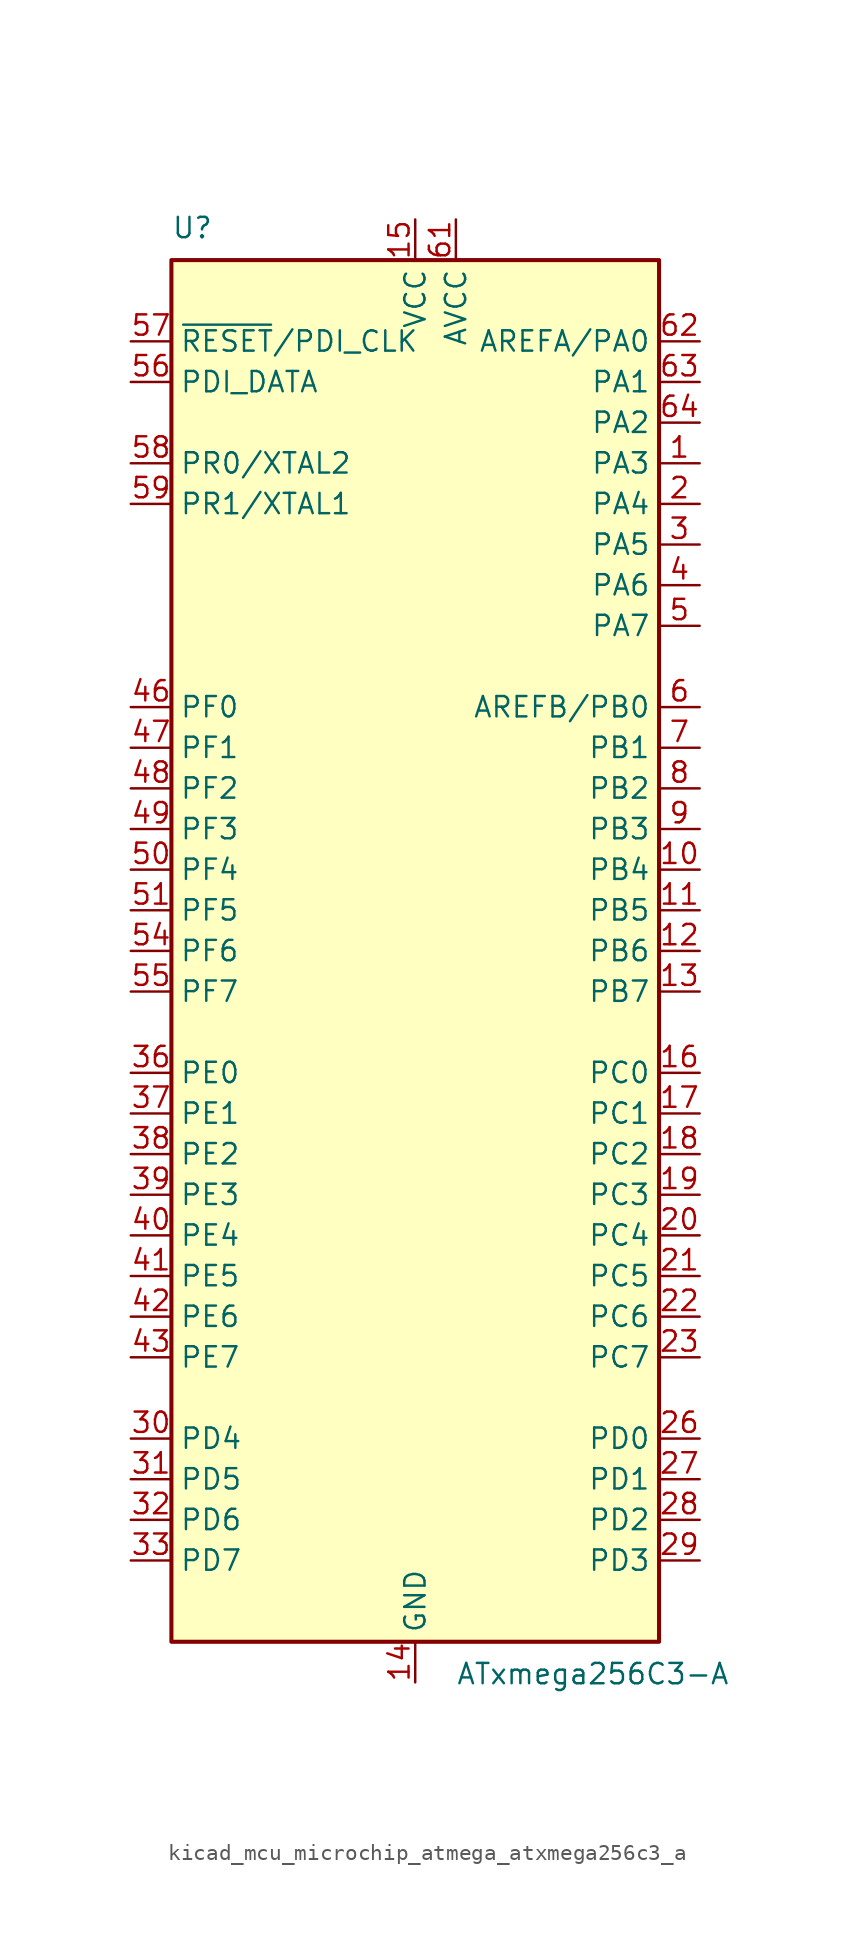
<source format=kicad_sym>
(kicad_symbol_lib
  (version 20220914)
  (generator kicad_symbol_editor)
  (symbol "kicad_mcu_microchip_atmega_atxmega256c3_a"
    (property "Reference" "U"
      (at -15.24 44.45 0)
      (effects (font (size 1.27 1.27)) (justify left bottom)))
    (property "Value" "ATxmega256C3-A"
      (at 2.54 -44.45 0)
      (effects (font (size 1.27 1.27)) (justify left top)))
    (symbol "kicad_mcu_microchip_atmega_atxmega256c3_a_0_1"
      (rectangle (start -15.24 -43.18) (end 15.24 43.18) (stroke (width 0.254) (type default)) (fill (type background))))
    (symbol "kicad_mcu_microchip_atmega_atxmega256c3_a_1_1"
      (pin bidirectional line (at 17.78 30.48 180) (length 2.54) (name "PA3" (effects (font (size 1.27 1.27)))) (number "1" (effects (font (size 1.27 1.27)))))
      (pin bidirectional line (at 17.78 5.08 180) (length 2.54) (name "PB4" (effects (font (size 1.27 1.27)))) (number "10" (effects (font (size 1.27 1.27)))))
      (pin bidirectional line (at 17.78 2.54 180) (length 2.54) (name "PB5" (effects (font (size 1.27 1.27)))) (number "11" (effects (font (size 1.27 1.27)))))
      (pin bidirectional line (at 17.78 0 180) (length 2.54) (name "PB6" (effects (font (size 1.27 1.27)))) (number "12" (effects (font (size 1.27 1.27)))))
      (pin bidirectional line (at 17.78 -2.54 180) (length 2.54) (name "PB7" (effects (font (size 1.27 1.27)))) (number "13" (effects (font (size 1.27 1.27)))))
      (pin power_in line (at 0 -45.72 90) (length 2.54) (name "GND" (effects (font (size 1.27 1.27)))) (number "14" (effects (font (size 1.27 1.27)))))
      (pin power_in line (at 0 45.72 270) (length 2.54) (name "VCC" (effects (font (size 1.27 1.27)))) (number "15" (effects (font (size 1.27 1.27)))))
      (pin bidirectional line (at 17.78 -7.62 180) (length 2.54) (name "PC0" (effects (font (size 1.27 1.27)))) (number "16" (effects (font (size 1.27 1.27)))))
      (pin bidirectional line (at 17.78 -10.16 180) (length 2.54) (name "PC1" (effects (font (size 1.27 1.27)))) (number "17" (effects (font (size 1.27 1.27)))))
      (pin bidirectional line (at 17.78 -12.7 180) (length 2.54) (name "PC2" (effects (font (size 1.27 1.27)))) (number "18" (effects (font (size 1.27 1.27)))))
      (pin bidirectional line (at 17.78 -15.24 180) (length 2.54) (name "PC3" (effects (font (size 1.27 1.27)))) (number "19" (effects (font (size 1.27 1.27)))))
      (pin bidirectional line (at 17.78 27.94 180) (length 2.54) (name "PA4" (effects (font (size 1.27 1.27)))) (number "2" (effects (font (size 1.27 1.27)))))
      (pin bidirectional line (at 17.78 -17.78 180) (length 2.54) (name "PC4" (effects (font (size 1.27 1.27)))) (number "20" (effects (font (size 1.27 1.27)))))
      (pin bidirectional line (at 17.78 -20.32 180) (length 2.54) (name "PC5" (effects (font (size 1.27 1.27)))) (number "21" (effects (font (size 1.27 1.27)))))
      (pin bidirectional line (at 17.78 -22.86 180) (length 2.54) (name "PC6" (effects (font (size 1.27 1.27)))) (number "22" (effects (font (size 1.27 1.27)))))
      (pin bidirectional line (at 17.78 -25.4 180) (length 2.54) (name "PC7" (effects (font (size 1.27 1.27)))) (number "23" (effects (font (size 1.27 1.27)))))
      (pin passive line (at 0 -45.72 90) (length 2.54) hide (name "GND" (effects (font (size 1.27 1.27)))) (number "24" (effects (font (size 1.27 1.27)))))
      (pin passive line (at 0 45.72 270) (length 2.54) hide (name "VCC" (effects (font (size 1.27 1.27)))) (number "25" (effects (font (size 1.27 1.27)))))
      (pin bidirectional line (at 17.78 -30.48 180) (length 2.54) (name "PD0" (effects (font (size 1.27 1.27)))) (number "26" (effects (font (size 1.27 1.27)))))
      (pin bidirectional line (at 17.78 -33.02 180) (length 2.54) (name "PD1" (effects (font (size 1.27 1.27)))) (number "27" (effects (font (size 1.27 1.27)))))
      (pin bidirectional line (at 17.78 -35.56 180) (length 2.54) (name "PD2" (effects (font (size 1.27 1.27)))) (number "28" (effects (font (size 1.27 1.27)))))
      (pin bidirectional line (at 17.78 -38.1 180) (length 2.54) (name "PD3" (effects (font (size 1.27 1.27)))) (number "29" (effects (font (size 1.27 1.27)))))
      (pin bidirectional line (at 17.78 25.4 180) (length 2.54) (name "PA5" (effects (font (size 1.27 1.27)))) (number "3" (effects (font (size 1.27 1.27)))))
      (pin bidirectional line (at -17.78 -30.48 0) (length 2.54) (name "PD4" (effects (font (size 1.27 1.27)))) (number "30" (effects (font (size 1.27 1.27)))))
      (pin bidirectional line (at -17.78 -33.02 0) (length 2.54) (name "PD5" (effects (font (size 1.27 1.27)))) (number "31" (effects (font (size 1.27 1.27)))))
      (pin bidirectional line (at -17.78 -35.56 0) (length 2.54) (name "PD6" (effects (font (size 1.27 1.27)))) (number "32" (effects (font (size 1.27 1.27)))))
      (pin bidirectional line (at -17.78 -38.1 0) (length 2.54) (name "PD7" (effects (font (size 1.27 1.27)))) (number "33" (effects (font (size 1.27 1.27)))))
      (pin passive line (at 0 -45.72 90) (length 2.54) hide (name "GND" (effects (font (size 1.27 1.27)))) (number "34" (effects (font (size 1.27 1.27)))))
      (pin passive line (at 0 45.72 270) (length 2.54) hide (name "VCC" (effects (font (size 1.27 1.27)))) (number "35" (effects (font (size 1.27 1.27)))))
      (pin bidirectional line (at -17.78 -7.62 0) (length 2.54) (name "PE0" (effects (font (size 1.27 1.27)))) (number "36" (effects (font (size 1.27 1.27)))))
      (pin bidirectional line (at -17.78 -10.16 0) (length 2.54) (name "PE1" (effects (font (size 1.27 1.27)))) (number "37" (effects (font (size 1.27 1.27)))))
      (pin bidirectional line (at -17.78 -12.7 0) (length 2.54) (name "PE2" (effects (font (size 1.27 1.27)))) (number "38" (effects (font (size 1.27 1.27)))))
      (pin bidirectional line (at -17.78 -15.24 0) (length 2.54) (name "PE3" (effects (font (size 1.27 1.27)))) (number "39" (effects (font (size 1.27 1.27)))))
      (pin bidirectional line (at 17.78 22.86 180) (length 2.54) (name "PA6" (effects (font (size 1.27 1.27)))) (number "4" (effects (font (size 1.27 1.27)))))
      (pin bidirectional line (at -17.78 -17.78 0) (length 2.54) (name "PE4" (effects (font (size 1.27 1.27)))) (number "40" (effects (font (size 1.27 1.27)))))
      (pin bidirectional line (at -17.78 -20.32 0) (length 2.54) (name "PE5" (effects (font (size 1.27 1.27)))) (number "41" (effects (font (size 1.27 1.27)))))
      (pin bidirectional line (at -17.78 -22.86 0) (length 2.54) (name "PE6" (effects (font (size 1.27 1.27)))) (number "42" (effects (font (size 1.27 1.27)))))
      (pin bidirectional line (at -17.78 -25.4 0) (length 2.54) (name "PE7" (effects (font (size 1.27 1.27)))) (number "43" (effects (font (size 1.27 1.27)))))
      (pin passive line (at 0 -45.72 90) (length 2.54) hide (name "GND" (effects (font (size 1.27 1.27)))) (number "44" (effects (font (size 1.27 1.27)))))
      (pin passive line (at 0 45.72 270) (length 2.54) hide (name "VCC" (effects (font (size 1.27 1.27)))) (number "45" (effects (font (size 1.27 1.27)))))
      (pin bidirectional line (at -17.78 15.24 0) (length 2.54) (name "PF0" (effects (font (size 1.27 1.27)))) (number "46" (effects (font (size 1.27 1.27)))))
      (pin bidirectional line (at -17.78 12.7 0) (length 2.54) (name "PF1" (effects (font (size 1.27 1.27)))) (number "47" (effects (font (size 1.27 1.27)))))
      (pin bidirectional line (at -17.78 10.16 0) (length 2.54) (name "PF2" (effects (font (size 1.27 1.27)))) (number "48" (effects (font (size 1.27 1.27)))))
      (pin bidirectional line (at -17.78 7.62 0) (length 2.54) (name "PF3" (effects (font (size 1.27 1.27)))) (number "49" (effects (font (size 1.27 1.27)))))
      (pin bidirectional line (at 17.78 20.32 180) (length 2.54) (name "PA7" (effects (font (size 1.27 1.27)))) (number "5" (effects (font (size 1.27 1.27)))))
      (pin bidirectional line (at -17.78 5.08 0) (length 2.54) (name "PF4" (effects (font (size 1.27 1.27)))) (number "50" (effects (font (size 1.27 1.27)))))
      (pin bidirectional line (at -17.78 2.54 0) (length 2.54) (name "PF5" (effects (font (size 1.27 1.27)))) (number "51" (effects (font (size 1.27 1.27)))))
      (pin passive line (at 0 -45.72 90) (length 2.54) hide (name "GND" (effects (font (size 1.27 1.27)))) (number "52" (effects (font (size 1.27 1.27)))))
      (pin passive line (at 0 45.72 270) (length 2.54) hide (name "VCC" (effects (font (size 1.27 1.27)))) (number "53" (effects (font (size 1.27 1.27)))))
      (pin bidirectional line (at -17.78 0 0) (length 2.54) (name "PF6" (effects (font (size 1.27 1.27)))) (number "54" (effects (font (size 1.27 1.27)))))
      (pin bidirectional line (at -17.78 -2.54 0) (length 2.54) (name "PF7" (effects (font (size 1.27 1.27)))) (number "55" (effects (font (size 1.27 1.27)))))
      (pin bidirectional line (at -17.78 35.56 0) (length 2.54) (name "PDI_DATA" (effects (font (size 1.27 1.27)))) (number "56" (effects (font (size 1.27 1.27)))))
      (pin input line (at -17.78 38.1 0) (length 2.54) (name "~{RESET}/PDI_CLK" (effects (font (size 1.27 1.27)))) (number "57" (effects (font (size 1.27 1.27)))))
      (pin bidirectional line (at -17.78 30.48 0) (length 2.54) (name "PR0/XTAL2" (effects (font (size 1.27 1.27)))) (number "58" (effects (font (size 1.27 1.27)))))
      (pin bidirectional line (at -17.78 27.94 0) (length 2.54) (name "PR1/XTAL1" (effects (font (size 1.27 1.27)))) (number "59" (effects (font (size 1.27 1.27)))))
      (pin bidirectional line (at 17.78 15.24 180) (length 2.54) (name "AREFB/PB0" (effects (font (size 1.27 1.27)))) (number "6" (effects (font (size 1.27 1.27)))))
      (pin passive line (at 0 -45.72 90) (length 2.54) hide (name "GND" (effects (font (size 1.27 1.27)))) (number "60" (effects (font (size 1.27 1.27)))))
      (pin power_in line (at 2.54 45.72 270) (length 2.54) (name "AVCC" (effects (font (size 1.27 1.27)))) (number "61" (effects (font (size 1.27 1.27)))))
      (pin bidirectional line (at 17.78 38.1 180) (length 2.54) (name "AREFA/PA0" (effects (font (size 1.27 1.27)))) (number "62" (effects (font (size 1.27 1.27)))))
      (pin bidirectional line (at 17.78 35.56 180) (length 2.54) (name "PA1" (effects (font (size 1.27 1.27)))) (number "63" (effects (font (size 1.27 1.27)))))
      (pin bidirectional line (at 17.78 33.02 180) (length 2.54) (name "PA2" (effects (font (size 1.27 1.27)))) (number "64" (effects (font (size 1.27 1.27)))))
      (pin bidirectional line (at 17.78 12.7 180) (length 2.54) (name "PB1" (effects (font (size 1.27 1.27)))) (number "7" (effects (font (size 1.27 1.27)))))
      (pin bidirectional line (at 17.78 10.16 180) (length 2.54) (name "PB2" (effects (font (size 1.27 1.27)))) (number "8" (effects (font (size 1.27 1.27)))))
      (pin bidirectional line (at 17.78 7.62 180) (length 2.54) (name "PB3" (effects (font (size 1.27 1.27)))) (number "9" (effects (font (size 1.27 1.27))))))))
</source>
